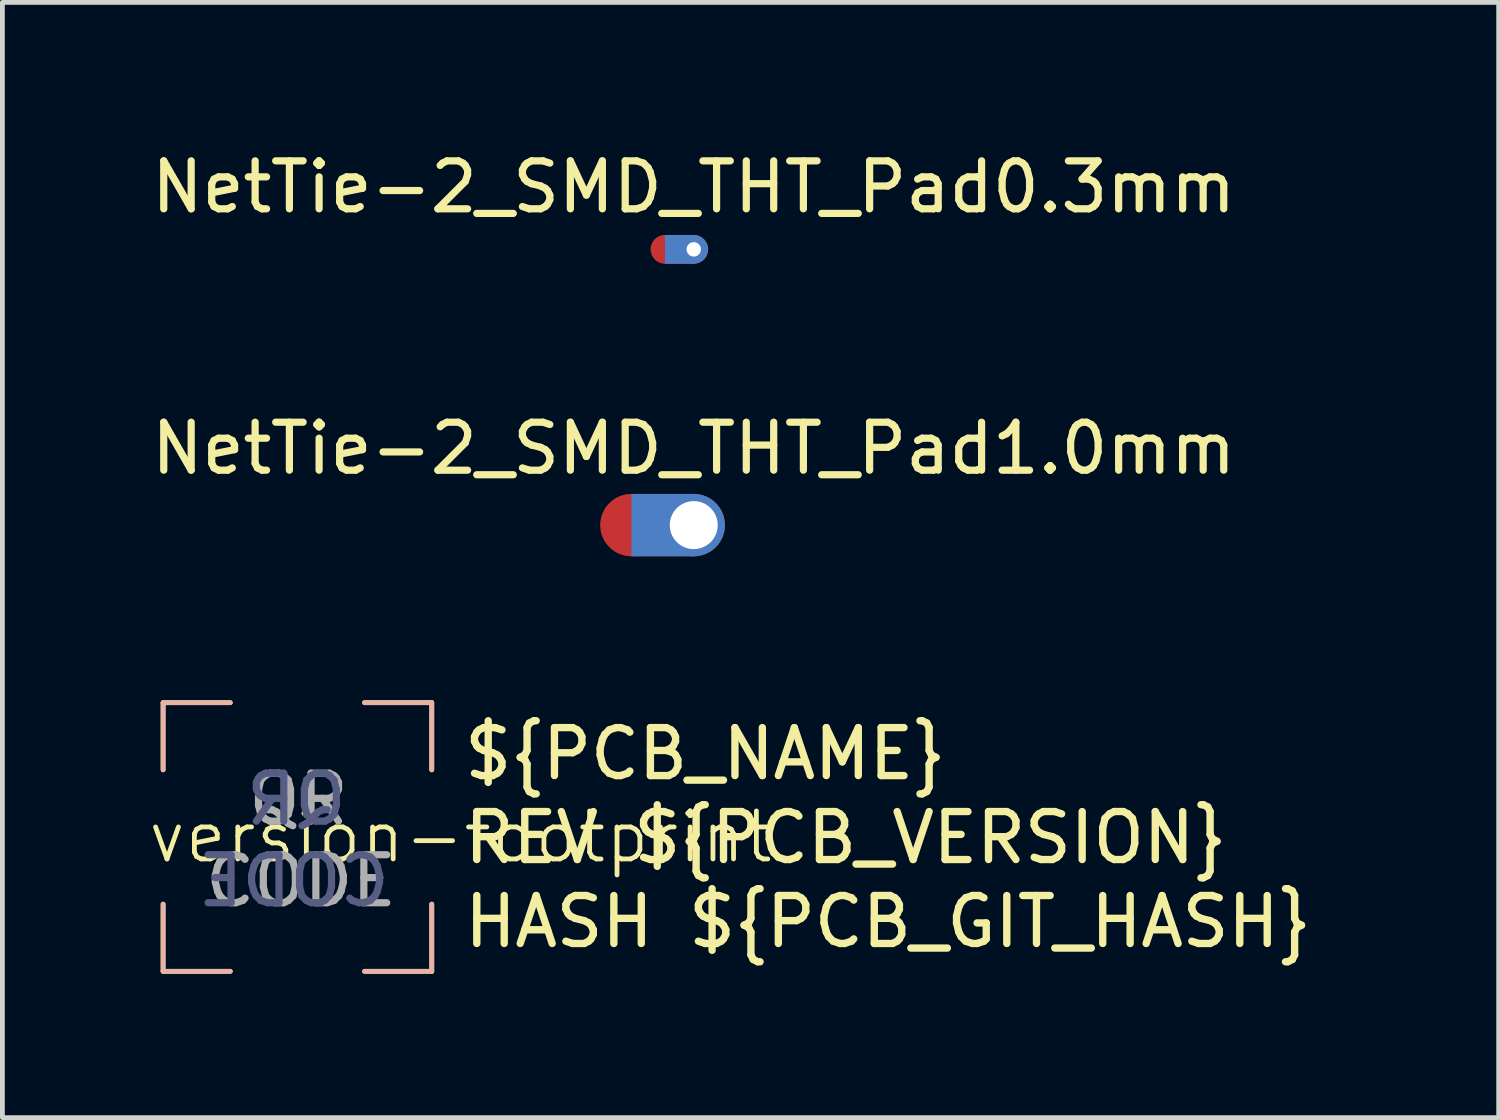
<source format=kicad_pcb>
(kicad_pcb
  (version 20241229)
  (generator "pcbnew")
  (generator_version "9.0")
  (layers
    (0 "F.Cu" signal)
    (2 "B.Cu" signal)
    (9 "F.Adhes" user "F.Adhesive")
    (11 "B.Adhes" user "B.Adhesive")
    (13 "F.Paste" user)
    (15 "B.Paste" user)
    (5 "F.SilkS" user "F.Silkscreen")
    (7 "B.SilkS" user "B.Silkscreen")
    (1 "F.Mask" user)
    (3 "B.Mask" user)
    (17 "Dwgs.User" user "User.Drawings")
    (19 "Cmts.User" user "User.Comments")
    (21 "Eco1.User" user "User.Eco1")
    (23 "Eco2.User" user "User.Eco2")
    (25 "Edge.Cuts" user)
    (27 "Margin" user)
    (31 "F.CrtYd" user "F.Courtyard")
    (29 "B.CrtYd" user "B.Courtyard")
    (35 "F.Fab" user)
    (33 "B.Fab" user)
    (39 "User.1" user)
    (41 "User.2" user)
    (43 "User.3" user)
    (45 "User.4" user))
  (footprint "version-footprint"
    (layer "F.Cu")
    (at 6.55 14.897)
    (property "Reference" "version-footprint" (at 0 -0.5 0) (unlocked yes) (layer "F.SilkS") (effects (font (size 1 1) (thickness 0.1))))
    (attr smd)
    (fp_line (start -6.2 -3.3) (end -4.8 -3.3) (stroke (width 0.1) (type default)) (layer "F.SilkS"))
    (fp_line (start -6.2 -1.9) (end -6.2 -3.3) (stroke (width 0.1) (type default)) (layer "F.SilkS"))
    (fp_line (start -6.2 2.3) (end -6.2 0.9) (stroke (width 0.1) (type default)) (layer "F.SilkS"))
    (fp_line (start -4.8 2.3) (end -6.2 2.3) (stroke (width 0.1) (type default)) (layer "F.SilkS"))
    (fp_line (start -2 -3.3) (end -0.6 -3.3) (stroke (width 0.1) (type default)) (layer "F.SilkS"))
    (fp_line (start -0.6 -3.3) (end -0.6 -1.9) (stroke (width 0.1) (type default)) (layer "F.SilkS"))
    (fp_line (start -0.6 0.9) (end -0.6 2.3) (stroke (width 0.1) (type default)) (layer "F.SilkS"))
    (fp_line (start -0.6 2.3) (end -2 2.3) (stroke (width 0.1) (type default)) (layer "F.SilkS"))
    (fp_line (start -6.2 -3.3) (end -6.2 -1.9) (stroke (width 0.1) (type default)) (layer "B.SilkS"))
    (fp_line (start -6.2 0.9) (end -6.2 2.3) (stroke (width 0.1) (type default)) (layer "B.SilkS"))
    (fp_line (start -6.2 2.3) (end -4.8 2.3) (stroke (width 0.1) (type default)) (layer "B.SilkS"))
    (fp_line (start -4.8 -3.3) (end -6.2 -3.3) (stroke (width 0.1) (type default)) (layer "B.SilkS"))
    (fp_line (start -2 2.3) (end -0.6 2.3) (stroke (width 0.1) (type default)) (layer "B.SilkS"))
    (fp_line (start -0.6 -3.3) (end -2 -3.3) (stroke (width 0.1) (type default)) (layer "B.SilkS"))
    (fp_line (start -0.6 -1.9) (end -0.6 -3.3) (stroke (width 0.1) (type default)) (layer "B.SilkS"))
    (fp_line (start -0.6 2.3) (end -0.6 0.9) (stroke (width 0.1) (type default)) (layer "B.SilkS"))
    (fp_text user "REV ${PCB_VERSION} " (at 0 0.1 0) (unlocked yes) (layer "F.SilkS") (effects (font (size 1 1) (thickness 0.153)) (justify left bottom)))
    (fp_text user "HASH ${PCB_GIT_HASH} " (at 0 1.85 0) (unlocked yes) (layer "F.SilkS") (effects (font (size 1 1) (thickness 0.153)) (justify left bottom)))
    (fp_text user "${PCB_NAME} " (at 0 -1.65 0) (unlocked yes) (layer "F.SilkS") (effects (font (size 1 1) (thickness 0.153)) (justify left bottom)))
    (fp_text user "QR" (at -2.3 -0.7 0) (unlocked yes) (layer "B.Fab") (effects (font (size 1 1) (thickness 0.15)) (justify left bottom mirror)))
    (fp_text user "CODE" (at -1.4 1 0) (unlocked yes) (layer "B.Fab") (effects (font (size 1 1) (thickness 0.15)) (justify left bottom mirror)))
    (fp_text user "QR" (at -4.5 -0.7 0) (unlocked yes) (layer "F.Fab") (effects (font (size 1 1) (thickness 0.15)) (justify left bottom)))
    (fp_text user "CODE" (at -5.4 1 0) (unlocked yes) (layer "F.Fab") (effects (font (size 1 1) (thickness 0.15)) (justify left bottom))))
  (footprint "NetTie-2_SMD_THT_Pad0.3mm"
    (layer "F.Cu")
    (at 10.811 2.148)
    (property "Reference" "NetTie-2_SMD_THT_Pad0.3mm" (at 0.6 -1.3 0) (layer "F.SilkS") (effects (font (size 1 1) (thickness 0.15))))
    (attr exclude_from_pos_files exclude_from_bom allow_missing_courtyard)
    (fp_poly (pts (xy 0 -0.3) (xy 0.6 -0.3) (xy 0.6 0.3) (xy 0 0.3)) (stroke (width 0) (type solid)) (fill yes) (layer "F.Cu"))
    (fp_poly (pts (xy 0 -0.3) (xy 0.6 -0.3) (xy 0.6 0.3) (xy 0 0.3)) (stroke (width 0) (type solid)) (fill yes) (layer "B.Cu"))
    (pad "1" smd circle (at 0 0) (size 0.6 0.6) (layers "F.Cu" "F.Mask" "F.Paste"))
    (pad "2" thru_hole circle (at 0.6 0) (size 0.6 0.6) (drill 0.3) (layers "*.Cu")))
  (footprint "NetTie-2_SMD_THT_Pad1.0mm"
    (layer "F.Cu")
    (at 10.111 7.896)
    (property "Reference" "NetTie-2_SMD_THT_Pad1.0mm" (at 1.3 -1.6 0) (layer "F.SilkS") (effects (font (size 1 1) (thickness 0.15))))
    (attr exclude_from_pos_files exclude_from_bom allow_missing_courtyard)
    (fp_poly (pts (xy 0 -0.65) (xy 1.3 -0.65) (xy 1.3 0.65) (xy 0 0.65)) (stroke (width 0) (type solid)) (fill yes) (layer "F.Cu"))
    (fp_poly (pts (xy 0 -0.65) (xy 1.3 -0.65) (xy 1.3 0.65) (xy 0 0.65)) (stroke (width 0) (type solid)) (fill yes) (layer "B.Cu"))
    (pad "1" smd circle (at 0 0) (size 1.3 1.3) (layers "F.Cu" "F.Mask" "F.Paste"))
    (pad "2" thru_hole circle (at 1.3 0) (size 1.3 1.3) (drill 1) (layers "*.Cu")))
  (gr_rect
    (start -3 -3)
    (end 28.19 20.247)
    (stroke (width 0.1) (type default))
    (fill no)
    (layer "Edge.Cuts")))
</source>
